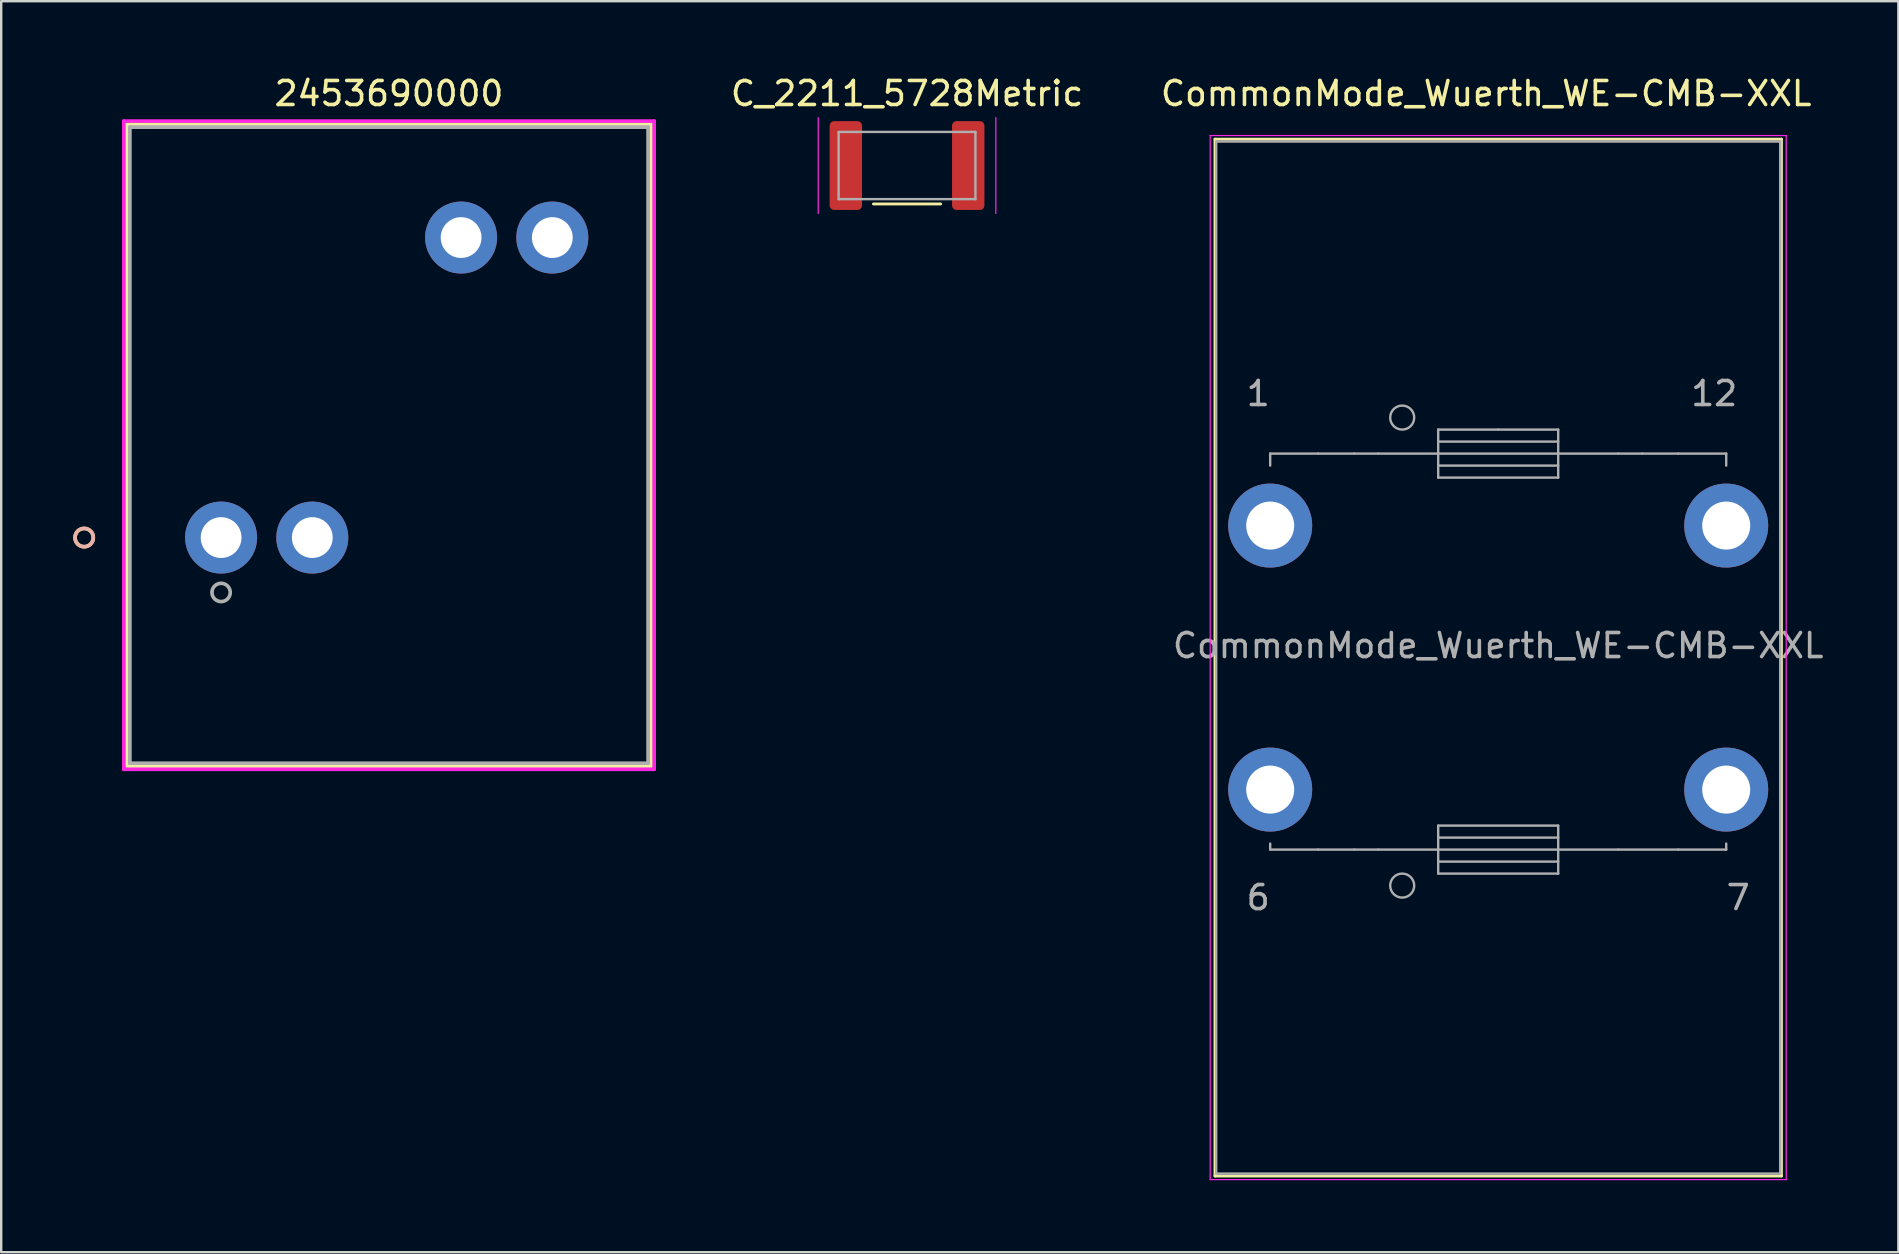
<source format=kicad_pcb>
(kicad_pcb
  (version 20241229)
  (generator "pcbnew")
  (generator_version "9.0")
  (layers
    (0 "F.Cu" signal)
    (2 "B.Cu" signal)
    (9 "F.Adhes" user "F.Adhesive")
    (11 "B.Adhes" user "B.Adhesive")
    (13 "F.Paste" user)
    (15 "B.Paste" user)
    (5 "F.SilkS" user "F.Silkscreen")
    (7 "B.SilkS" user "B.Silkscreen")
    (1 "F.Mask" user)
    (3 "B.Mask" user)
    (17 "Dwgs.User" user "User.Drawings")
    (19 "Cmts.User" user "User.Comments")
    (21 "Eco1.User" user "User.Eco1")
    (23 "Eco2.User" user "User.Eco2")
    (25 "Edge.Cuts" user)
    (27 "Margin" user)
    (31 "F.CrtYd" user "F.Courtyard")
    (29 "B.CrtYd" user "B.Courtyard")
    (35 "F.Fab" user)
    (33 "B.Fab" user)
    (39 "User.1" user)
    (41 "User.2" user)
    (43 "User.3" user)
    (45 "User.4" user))
  (footprint "CommonMode_Wuerth_WE-CMB-XXL"
    (layer "F.Cu")
    (at 49.872 18.848)
    (property "Reference" "CommonMode_Wuerth_WE-CMB-XXL" (at 9 -18 0) (layer "F.SilkS") (effects (font (size 1 1) (thickness 0.15))))
    (attr through_hole)
    (fp_line (start -2.3 -16.1) (end 21.3 -16.1) (stroke (width 0.12) (type solid)) (layer "F.SilkS"))
    (fp_line (start -2.3 27.1) (end -2.3 -16.1) (stroke (width 0.12) (type solid)) (layer "F.SilkS"))
    (fp_line (start 21.3 -16.1) (end 21.3 27.1) (stroke (width 0.12) (type solid)) (layer "F.SilkS"))
    (fp_line (start 21.3 27.1) (end -2.3 27.1) (stroke (width 0.12) (type solid)) (layer "F.SilkS"))
    (fp_line (start -2.5 -16.25) (end 21.5 -16.25) (stroke (width 0.05) (type solid)) (layer "F.CrtYd"))
    (fp_line (start -2.5 27.25) (end -2.5 -16.25) (stroke (width 0.05) (type solid)) (layer "F.CrtYd"))
    (fp_line (start 21.5 -16.25) (end 21.5 27.25) (stroke (width 0.05) (type solid)) (layer "F.CrtYd"))
    (fp_line (start 21.5 27.25) (end -2.5 27.25) (stroke (width 0.05) (type solid)) (layer "F.CrtYd"))
    (fp_line (start -2.25 -16) (end -2.25 27) (stroke (width 0.1) (type solid)) (layer "F.Fab"))
    (fp_line (start -2.25 27) (end 21.25 27) (stroke (width 0.1) (type solid)) (layer "F.Fab"))
    (fp_line (start 0 -3) (end 0 -2.5) (stroke (width 0.1) (type solid)) (layer "F.Fab"))
    (fp_line (start 0 13.5) (end 0 13.25) (stroke (width 0.1) (type solid)) (layer "F.Fab"))
    (fp_line (start 2 -3) (end 0 -3) (stroke (width 0.1) (type solid)) (layer "F.Fab"))
    (fp_line (start 2 13.5) (end 0 13.5) (stroke (width 0.1) (type solid)) (layer "F.Fab"))
    (fp_line (start 3.5 -3) (end 2 -3) (stroke (width 0.1) (type solid)) (layer "F.Fab"))
    (fp_line (start 3.5 13.5) (end 2 13.5) (stroke (width 0.1) (type solid)) (layer "F.Fab"))
    (fp_line (start 4.5 -3) (end 3.5 -3) (stroke (width 0.1) (type solid)) (layer "F.Fab"))
    (fp_line (start 4.5 13.5) (end 3.5 13.5) (stroke (width 0.1) (type solid)) (layer "F.Fab"))
    (fp_line (start 4.5 13.5) (end 7 13.5) (stroke (width 0.1) (type solid)) (layer "F.Fab"))
    (fp_line (start 7 -4) (end 9.5 -4) (stroke (width 0.1) (type solid)) (layer "F.Fab"))
    (fp_line (start 7 -3) (end 4.5 -3) (stroke (width 0.1) (type solid)) (layer "F.Fab"))
    (fp_line (start 7 -3) (end 12 -3) (stroke (width 0.1) (type solid)) (layer "F.Fab"))
    (fp_line (start 7 -2.5) (end 12 -2.5) (stroke (width 0.1) (type solid)) (layer "F.Fab"))
    (fp_line (start 7 -2) (end 7 -4) (stroke (width 0.1) (type solid)) (layer "F.Fab"))
    (fp_line (start 7 12.5) (end 12 12.5) (stroke (width 0.1) (type solid)) (layer "F.Fab"))
    (fp_line (start 7 14) (end 12 14) (stroke (width 0.1) (type solid)) (layer "F.Fab"))
    (fp_line (start 7 14.5) (end 7 12.5) (stroke (width 0.1) (type solid)) (layer "F.Fab"))
    (fp_line (start 9.5 -4) (end 12 -4) (stroke (width 0.1) (type solid)) (layer "F.Fab"))
    (fp_line (start 12 -4) (end 12 -2) (stroke (width 0.1) (type solid)) (layer "F.Fab"))
    (fp_line (start 12 -3.5) (end 7 -3.5) (stroke (width 0.1) (type solid)) (layer "F.Fab"))
    (fp_line (start 12 -3) (end 14.5 -3) (stroke (width 0.1) (type solid)) (layer "F.Fab"))
    (fp_line (start 12 -2) (end 7 -2) (stroke (width 0.1) (type solid)) (layer "F.Fab"))
    (fp_line (start 12 12.5) (end 12 14.5) (stroke (width 0.1) (type solid)) (layer "F.Fab"))
    (fp_line (start 12 13) (end 7 13) (stroke (width 0.1) (type solid)) (layer "F.Fab"))
    (fp_line (start 12 13.5) (end 7 13.5) (stroke (width 0.1) (type solid)) (layer "F.Fab"))
    (fp_line (start 12 14.5) (end 7 14.5) (stroke (width 0.1) (type solid)) (layer "F.Fab"))
    (fp_line (start 14.5 -3) (end 15.5 -3) (stroke (width 0.1) (type solid)) (layer "F.Fab"))
    (fp_line (start 14.5 13.5) (end 12 13.5) (stroke (width 0.1) (type solid)) (layer "F.Fab"))
    (fp_line (start 14.5 13.5) (end 17 13.5) (stroke (width 0.1) (type solid)) (layer "F.Fab"))
    (fp_line (start 15.5 -3) (end 17 -3) (stroke (width 0.1) (type solid)) (layer "F.Fab"))
    (fp_line (start 17 -3) (end 19 -3) (stroke (width 0.1) (type solid)) (layer "F.Fab"))
    (fp_line (start 17 13.5) (end 19 13.5) (stroke (width 0.1) (type solid)) (layer "F.Fab"))
    (fp_line (start 19 -3) (end 19 -2.5) (stroke (width 0.1) (type solid)) (layer "F.Fab"))
    (fp_line (start 19 13.5) (end 19 13.25) (stroke (width 0.1) (type solid)) (layer "F.Fab"))
    (fp_line (start 21.25 -16) (end -2.25 -16) (stroke (width 0.1) (type solid)) (layer "F.Fab"))
    (fp_line (start 21.25 27) (end 21.25 -16) (stroke (width 0.1) (type solid)) (layer "F.Fab"))
    (fp_circle (center 5.5 -4.5) (end 6 -4.5) (stroke (width 0.1) (type solid)) (fill no) (layer "F.Fab"))
    (fp_circle (center 5.5 15) (end 6 15) (stroke (width 0.1) (type solid)) (fill no) (layer "F.Fab"))
    (fp_text user "12" (at 18.5 -5.5 0) (layer "F.Fab") (effects (font (size 1 1) (thickness 0.15))))
    (fp_text user "1" (at -0.5 -5.5 0) (layer "F.Fab") (effects (font (size 1 1) (thickness 0.15))))
    (fp_text user "6" (at -0.5 15.5 0) (layer "F.Fab") (effects (font (size 1 1) (thickness 0.15))))
    (fp_text user "${REFERENCE}" (at 9.5 5 0) (layer "F.Fab") (effects (font (size 1 1) (thickness 0.15))))
    (fp_text user "7" (at 19.5 15.5 0) (layer "F.Fab") (effects (font (size 1 1) (thickness 0.15))))
    (pad "1" thru_hole circle (at 0 0) (size 3.5 3.5) (drill 2) (layers "*.Cu" "*.Mask"))
    (pad "2" thru_hole circle (at 19 0) (size 3.5 3.5) (drill 2) (layers "*.Cu" "*.Mask"))
    (pad "3" thru_hole circle (at 0 11) (size 3.5 3.5) (drill 2) (layers "*.Cu" "*.Mask"))
    (pad "4" thru_hole circle (at 19 11) (size 3.5 3.5) (drill 2) (layers "*.Cu" "*.Mask")))
  (footprint "2453690000"
    (layer "F.Cu")
    (at 6.162 19.348)
    (property "Reference" "2453690000" (at 6.995 -18.5 0) (layer "F.SilkS") (effects (font (size 1 1) (thickness 0.15))))
    (attr through_hole)
    (fp_line (start -3.927 -17.227) (end -3.927 9.527) (stroke (width 0.152) (type solid)) (layer "F.SilkS"))
    (fp_line (start -3.927 9.527) (end 17.917 9.527) (stroke (width 0.152) (type solid)) (layer "F.SilkS"))
    (fp_line (start 17.917 -17.227) (end -3.927 -17.227) (stroke (width 0.152) (type solid)) (layer "F.SilkS"))
    (fp_line (start 17.917 9.527) (end 17.917 -17.227) (stroke (width 0.152) (type solid)) (layer "F.SilkS"))
    (fp_circle (center -5.705 0) (end -5.324 0) (stroke (width 0.152) (type solid)) (fill no) (layer "F.SilkS"))
    (fp_circle (center -5.705 0) (end -5.324 0) (stroke (width 0.152) (type solid)) (fill no) (layer "B.SilkS"))
    (fp_line (start -4.054 -17.354) (end -4.054 9.654) (stroke (width 0.152) (type solid)) (layer "F.CrtYd"))
    (fp_line (start -4.054 9.654) (end 18.044 9.654) (stroke (width 0.152) (type solid)) (layer "F.CrtYd"))
    (fp_line (start 18.044 -17.354) (end -4.054 -17.354) (stroke (width 0.152) (type solid)) (layer "F.CrtYd"))
    (fp_line (start 18.044 9.654) (end 18.044 -17.354) (stroke (width 0.152) (type solid)) (layer "F.CrtYd"))
    (fp_line (start -3.8 -17.1) (end -3.8 9.4) (stroke (width 0.152) (type solid)) (layer "F.Fab"))
    (fp_line (start -3.8 9.4) (end 17.79 9.4) (stroke (width 0.152) (type solid)) (layer "F.Fab"))
    (fp_line (start 17.79 -17.1) (end -3.8 -17.1) (stroke (width 0.152) (type solid)) (layer "F.Fab"))
    (fp_line (start 17.79 9.4) (end 17.79 -17.1) (stroke (width 0.152) (type solid)) (layer "F.Fab"))
    (fp_circle (center 0 2.286) (end 0.381 2.286) (stroke (width 0.152) (type solid)) (fill no) (layer "F.Fab"))
    (fp_text user "*" (at 0 0 0) (layer "F.SilkS") (effects (font (size 1 1) (thickness 0.15))))
    (fp_text user "Copyright 2016 Accelerated Designs. All rights reserved." (at 0 0 0) (layer "Cmts.User") (effects (font (size 0.127 0.127) (thickness 0.002))))
    (fp_text user "*" (at 0 0 0) (layer "F.Fab") (effects (font (size 1 1) (thickness 0.15))))
    (pad "1" thru_hole circle (at 0 0) (size 3 3) (drill 1.7) (layers "*.Cu" "*.Mask"))
    (pad "2" thru_hole circle (at 3.8 0) (size 3 3) (drill 1.7) (layers "*.Cu" "*.Mask"))
    (pad "3" thru_hole circle (at 10 -12.5) (size 3 3) (drill 1.7) (layers "*.Cu" "*.Mask"))
    (pad "4" thru_hole circle (at 13.8 -12.5) (size 3 3) (drill 1.7) (layers "*.Cu" "*.Mask")))
  (footprint "C_2211_5728Metric"
    (layer "F.Cu")
    (at 34.741 3.848)
    (property "Reference" "C_2211_5728Metric" (at 0 -3 0) (layer "F.SilkS") (effects (font (size 1 1) (thickness 0.15))))
    (attr through_hole)
    (fp_line (start -1.4 1.6) (end 1.4 1.6) (stroke (width 0.12) (type solid)) (layer "F.SilkS"))
    (fp_line (start -3.7 2) (end -3.7 -2) (stroke (width 0.05) (type solid)) (layer "F.CrtYd"))
    (fp_line (start 3.7 -2) (end 3.7 2) (stroke (width 0.05) (type solid)) (layer "F.CrtYd"))
    (fp_line (start -2.85 -1.4) (end 2.85 -1.4) (stroke (width 0.1) (type solid)) (layer "F.Fab"))
    (fp_line (start -2.85 1.4) (end -2.85 -1.4) (stroke (width 0.1) (type solid)) (layer "F.Fab"))
    (fp_line (start 2.85 -1.4) (end 2.85 1.4) (stroke (width 0.1) (type solid)) (layer "F.Fab"))
    (fp_line (start 2.85 1.4) (end -2.85 1.4) (stroke (width 0.1) (type solid)) (layer "F.Fab"))
    (pad "1" smd roundrect (at -2.55 0) (size 1.35 3.7) (layers "F.Cu" "F.Mask" "F.Paste") (roundrect_rratio 0.139))
    (pad "2" smd roundrect (at 2.55 0) (size 1.35 3.7) (layers "F.Cu" "F.Mask" "F.Paste") (roundrect_rratio 0.139)))
  (gr_rect
    (start -3 -3)
    (end 76.044 49.123)
    (stroke (width 0.1) (type default))
    (fill no)
    (layer "Edge.Cuts")))
</source>
